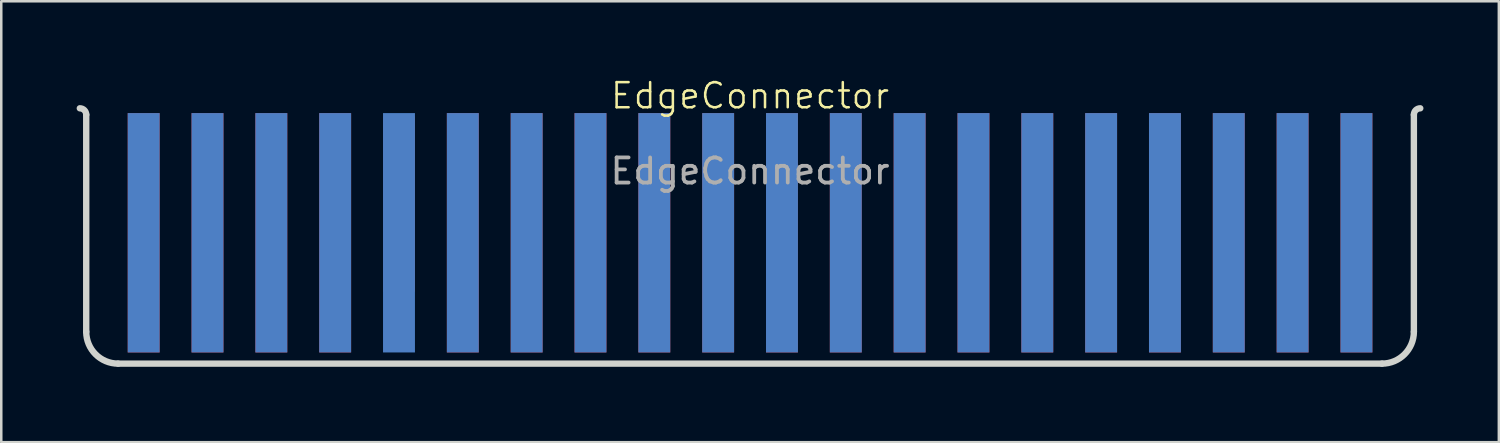
<source format=kicad_pcb>
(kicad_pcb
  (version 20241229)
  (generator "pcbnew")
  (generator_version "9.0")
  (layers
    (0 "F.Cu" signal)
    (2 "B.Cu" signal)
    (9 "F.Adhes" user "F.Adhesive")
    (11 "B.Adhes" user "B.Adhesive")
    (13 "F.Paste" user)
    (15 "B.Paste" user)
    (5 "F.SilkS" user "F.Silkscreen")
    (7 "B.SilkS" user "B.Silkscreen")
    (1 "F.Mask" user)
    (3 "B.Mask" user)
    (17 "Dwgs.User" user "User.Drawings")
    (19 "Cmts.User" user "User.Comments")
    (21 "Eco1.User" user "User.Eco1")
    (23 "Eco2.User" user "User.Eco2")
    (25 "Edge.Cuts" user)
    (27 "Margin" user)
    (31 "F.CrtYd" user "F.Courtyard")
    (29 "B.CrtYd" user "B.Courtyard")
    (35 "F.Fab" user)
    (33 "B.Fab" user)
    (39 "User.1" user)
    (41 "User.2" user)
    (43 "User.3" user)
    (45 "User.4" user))
  (footprint "EdgeConnector"
    (layer "F.Cu")
    (at 26.797 1.26)
    (property "Reference" "EdgeConnector" (at 0 -0.5 0) (unlocked yes) (layer "F.SilkS") (effects (font (size 1 1) (thickness 0.1))))
    (fp_line (start -26.416 0.254) (end -26.416 8.89) (stroke (width 0.254) (type solid)) (layer "Edge.Cuts"))
    (fp_line (start -25.146 10.16) (end 25.146 10.16) (stroke (width 0.254) (type solid)) (layer "Edge.Cuts"))
    (fp_line (start 26.416 8.89) (end 26.416 0.254) (stroke (width 0.254) (type solid)) (layer "Edge.Cuts"))
    (fp_arc (start -26.67 0) (mid -26.490395 0.074395) (end -26.416 0.254) (stroke (width 0.254) (type solid)) (layer "Edge.Cuts"))
    (fp_arc (start -25.146 10.16) (mid -26.044026 9.788026) (end -26.416 8.89) (stroke (width 0.254) (type solid)) (layer "Edge.Cuts"))
    (fp_arc (start 26.416 0.254) (mid 26.490395 0.074395) (end 26.67 0) (stroke (width 0.254) (type solid)) (layer "Edge.Cuts"))
    (fp_arc (start 26.416 8.89) (mid 26.044026 9.788026) (end 25.146 10.16) (stroke (width 0.254) (type solid)) (layer "Edge.Cuts"))
    (fp_text user "${REFERENCE}" (at 0 2.5 0) (unlocked yes) (layer "F.Fab") (effects (font (size 1 1) (thickness 0.15))))
    (pad "1" smd rect (at -24.13 4.953) (size 1.27 9.525) (layers "F.Cu" "F.Mask"))
    (pad "2" smd rect (at -24.13 4.953) (size 1.27 9.525) (layers "B.Cu" "B.Mask"))
    (pad "3" smd rect (at -21.59 4.953) (size 1.27 9.525) (layers "F.Cu" "F.Mask"))
    (pad "4" smd rect (at -21.59 4.953) (size 1.27 9.525) (layers "B.Cu" "B.Mask"))
    (pad "5" smd rect (at -19.05 4.953) (size 1.27 9.525) (layers "F.Cu" "F.Mask"))
    (pad "6" smd rect (at -19.05 4.953) (size 1.27 9.525) (layers "B.Cu" "B.Mask"))
    (pad "7" smd rect (at -16.51 4.953) (size 1.27 9.525) (layers "F.Cu" "F.Mask"))
    (pad "8" smd rect (at -16.51 4.953) (size 1.27 9.525) (layers "B.Cu" "B.Mask"))
    (pad "9" smd rect (at -13.97 3.81) (size 1.27 6.985) (layers "F.Cu" "F.Mask"))
    (pad "10" smd rect (at -13.97 4.953) (size 1.27 9.525) (layers "B.Cu" "B.Mask"))
    (pad "11" smd rect (at -11.43 4.953) (size 1.27 9.525) (layers "F.Cu" "F.Mask"))
    (pad "12" smd rect (at -11.43 4.953) (size 1.27 9.525) (layers "B.Cu" "B.Mask"))
    (pad "13" smd rect (at -8.89 4.953) (size 1.27 9.525) (layers "F.Cu" "F.Mask"))
    (pad "14" smd rect (at -8.89 4.953) (size 1.27 9.525) (layers "B.Cu" "B.Mask"))
    (pad "15" smd rect (at -6.35 4.953) (size 1.27 9.525) (layers "F.Cu" "F.Mask"))
    (pad "16" smd rect (at -6.35 4.953) (size 1.27 9.525) (layers "B.Cu" "B.Mask"))
    (pad "17" smd rect (at -3.81 4.953) (size 1.27 9.525) (layers "F.Cu" "F.Mask"))
    (pad "18" smd rect (at -3.81 4.953) (size 1.27 9.525) (layers "B.Cu" "B.Mask"))
    (pad "19" smd rect (at -1.27 4.953) (size 1.27 9.525) (layers "F.Cu" "F.Mask"))
    (pad "20" smd rect (at -1.27 4.953) (size 1.27 9.525) (layers "B.Cu" "B.Mask"))
    (pad "21" smd rect (at 1.27 4.953) (size 1.27 9.525) (layers "F.Cu" "F.Mask"))
    (pad "22" smd rect (at 1.27 4.953) (size 1.27 9.525) (layers "B.Cu" "B.Mask"))
    (pad "23" smd rect (at 3.81 4.953) (size 1.27 9.525) (layers "F.Cu" "F.Mask"))
    (pad "24" smd rect (at 3.81 4.953) (size 1.27 9.525) (layers "B.Cu" "B.Mask"))
    (pad "25" smd rect (at 6.35 4.953) (size 1.27 9.525) (layers "F.Cu" "F.Mask"))
    (pad "26" smd rect (at 6.35 4.953) (size 1.27 9.525) (layers "B.Cu" "B.Mask"))
    (pad "27" smd rect (at 8.89 4.953) (size 1.27 9.525) (layers "F.Cu" "F.Mask"))
    (pad "28" smd rect (at 8.89 4.953) (size 1.27 9.525) (layers "B.Cu" "B.Mask"))
    (pad "29" smd rect (at 11.43 4.953) (size 1.27 9.525) (layers "F.Cu" "F.Mask"))
    (pad "30" smd rect (at 11.43 4.953) (size 1.27 9.525) (layers "B.Cu" "B.Mask"))
    (pad "31" smd rect (at 13.97 4.953) (size 1.27 9.525) (layers "F.Cu" "F.Mask"))
    (pad "32" smd rect (at 13.97 4.953) (size 1.27 9.525) (layers "B.Cu" "B.Mask"))
    (pad "33" smd rect (at 16.51 4.953) (size 1.27 9.525) (layers "F.Cu" "F.Mask"))
    (pad "34" smd rect (at 16.51 4.953) (size 1.27 9.525) (layers "B.Cu" "B.Mask"))
    (pad "35" smd rect (at 19.05 4.953) (size 1.27 9.525) (layers "F.Cu" "F.Mask"))
    (pad "36" smd rect (at 19.05 4.953) (size 1.27 9.525) (layers "B.Cu" "B.Mask"))
    (pad "37" smd rect (at 21.59 4.953) (size 1.27 9.525) (layers "F.Cu" "F.Mask"))
    (pad "38" smd rect (at 21.59 4.953) (size 1.27 9.525) (layers "B.Cu" "B.Mask"))
    (pad "39" smd rect (at 24.13 4.953) (size 1.27 9.525) (layers "F.Cu" "F.Mask"))
    (pad "40" smd rect (at 24.13 4.953) (size 1.27 9.525) (layers "B.Cu" "B.Mask"))
    (zone (net_name "") (layer "F.Cu") (hatch edge 0.5) (connect_pads) (min_thickness 0.25) (filled_areas_thickness no) (keepout (tracks not_allowed) (vias not_allowed) (pads not_allowed) (copperpour not_allowed) (footprints allowed)) (placement (enabled no)) (fill) (polygon (pts (xy 0.127 11.421) (xy 2.032 11.421) (xy 2.032 1.26) (xy 0.127 1.26))))
    (zone (net_name "") (layer "F.Cu") (hatch edge 0.5) (connect_pads) (min_thickness 0.25) (filled_areas_thickness no) (keepout (tracks not_allowed) (vias not_allowed) (pads not_allowed) (copperpour not_allowed) (footprints allowed)) (placement (enabled no)) (fill) (polygon (pts (xy 3.302 11.421) (xy 4.572 11.421) (xy 4.572 1.26) (xy 3.302 1.26))))
    (zone (net_name "") (layer "F.Cu") (hatch edge 0.5) (connect_pads) (min_thickness 0.25) (filled_areas_thickness no) (keepout (tracks not_allowed) (vias not_allowed) (pads not_allowed) (copperpour not_allowed) (footprints allowed)) (placement (enabled no)) (fill) (polygon (pts (xy 5.842 11.421) (xy 7.112 11.421) (xy 7.112 1.26) (xy 5.842 1.26))))
    (zone (net_name "") (layer "F.Cu") (hatch edge 0.5) (connect_pads) (min_thickness 0.25) (filled_areas_thickness no) (keepout (tracks not_allowed) (vias not_allowed) (pads not_allowed) (copperpour not_allowed) (footprints allowed)) (placement (enabled no)) (fill) (polygon (pts (xy 8.382 11.421) (xy 9.652 11.421) (xy 9.652 1.26) (xy 8.382 1.26))))
    (zone (net_name "") (layer "F.Cu") (hatch edge 0.5) (connect_pads) (min_thickness 0.25) (filled_areas_thickness no) (keepout (tracks not_allowed) (vias not_allowed) (pads not_allowed) (copperpour not_allowed) (footprints allowed)) (placement (enabled no)) (fill) (polygon (pts (xy 10.922 11.421) (xy 12.192 11.421) (xy 12.192 1.26) (xy 10.922 1.26))))
    (zone (net_name "") (layer "F.Cu") (hatch edge 0.5) (connect_pads) (min_thickness 0.25) (filled_areas_thickness no) (keepout (tracks not_allowed) (vias not_allowed) (pads not_allowed) (copperpour not_allowed) (footprints allowed)) (placement (enabled no)) (fill) (polygon (pts (xy 13.462 11.421) (xy 14.732 11.421) (xy 14.732 1.26) (xy 13.462 1.26))))
    (zone (net_name "") (layer "F.Cu") (hatch edge 0.5) (connect_pads) (min_thickness 0.25) (filled_areas_thickness no) (keepout (tracks not_allowed) (vias not_allowed) (pads not_allowed) (copperpour not_allowed) (footprints allowed)) (placement (enabled no)) (fill) (polygon (pts (xy 16.002 11.421) (xy 17.272 11.421) (xy 17.272 1.26) (xy 16.002 1.26))))
    (zone (net_name "") (layer "F.Cu") (hatch edge 0.5) (connect_pads) (min_thickness 0.25) (filled_areas_thickness no) (keepout (tracks not_allowed) (vias not_allowed) (pads not_allowed) (copperpour not_allowed) (footprints allowed)) (placement (enabled no)) (fill) (polygon (pts (xy 18.542 11.421) (xy 19.812 11.421) (xy 19.812 1.26) (xy 18.542 1.26))))
    (zone (net_name "") (layer "F.Cu") (hatch edge 0.5) (connect_pads) (min_thickness 0.25) (filled_areas_thickness no) (keepout (tracks not_allowed) (vias not_allowed) (pads not_allowed) (copperpour not_allowed) (footprints allowed)) (placement (enabled no)) (fill) (polygon (pts (xy 21.082 11.421) (xy 22.352 11.421) (xy 22.352 1.26) (xy 21.082 1.26))))
    (zone (net_name "") (layer "F.Cu") (hatch edge 0.5) (connect_pads) (min_thickness 0.25) (filled_areas_thickness no) (keepout (tracks not_allowed) (vias not_allowed) (pads not_allowed) (copperpour not_allowed) (footprints allowed)) (placement (enabled no)) (fill) (polygon (pts (xy 23.622 11.421) (xy 24.892 11.421) (xy 24.892 1.26) (xy 23.622 1.26))))
    (zone (net_name "") (layer "F.Cu") (hatch edge 0.5) (connect_pads) (min_thickness 0.25) (filled_areas_thickness no) (keepout (tracks not_allowed) (vias not_allowed) (pads not_allowed) (copperpour not_allowed) (footprints allowed)) (placement (enabled no)) (fill) (polygon (pts (xy 26.162 11.421) (xy 27.432 11.421) (xy 27.432 1.26) (xy 26.162 1.26))))
    (zone (net_name "") (layer "F.Cu") (hatch edge 0.5) (connect_pads) (min_thickness 0.25) (filled_areas_thickness no) (keepout (tracks not_allowed) (vias not_allowed) (pads not_allowed) (copperpour not_allowed) (footprints allowed)) (placement (enabled no)) (fill) (polygon (pts (xy 28.702 11.421) (xy 29.972 11.421) (xy 29.972 1.26) (xy 28.702 1.26))))
    (zone (net_name "") (layer "F.Cu") (hatch edge 0.5) (connect_pads) (min_thickness 0.25) (filled_areas_thickness no) (keepout (tracks not_allowed) (vias not_allowed) (pads not_allowed) (copperpour not_allowed) (footprints allowed)) (placement (enabled no)) (fill) (polygon (pts (xy 31.242 11.421) (xy 32.512 11.421) (xy 32.512 1.26) (xy 31.242 1.26))))
    (zone (net_name "") (layer "F.Cu") (hatch edge 0.5) (connect_pads) (min_thickness 0.25) (filled_areas_thickness no) (keepout (tracks not_allowed) (vias not_allowed) (pads not_allowed) (copperpour not_allowed) (footprints allowed)) (placement (enabled no)) (fill) (polygon (pts (xy 33.782 11.421) (xy 35.052 11.421) (xy 35.052 1.26) (xy 33.782 1.26))))
    (zone (net_name "") (layer "F.Cu") (hatch edge 0.5) (connect_pads) (min_thickness 0.25) (filled_areas_thickness no) (keepout (tracks not_allowed) (vias not_allowed) (pads not_allowed) (copperpour not_allowed) (footprints allowed)) (placement (enabled no)) (fill) (polygon (pts (xy 36.322 11.421) (xy 37.592 11.421) (xy 37.592 1.26) (xy 36.322 1.26))))
    (zone (net_name "") (layer "F.Cu") (hatch edge 0.5) (connect_pads) (min_thickness 0.25) (filled_areas_thickness no) (keepout (tracks not_allowed) (vias not_allowed) (pads not_allowed) (copperpour not_allowed) (footprints allowed)) (placement (enabled no)) (fill) (polygon (pts (xy 38.862 11.421) (xy 40.132 11.421) (xy 40.132 1.26) (xy 38.862 1.26))))
    (zone (net_name "") (layer "F.Cu") (hatch edge 0.5) (connect_pads) (min_thickness 0.25) (filled_areas_thickness no) (keepout (tracks not_allowed) (vias not_allowed) (pads not_allowed) (copperpour not_allowed) (footprints allowed)) (placement (enabled no)) (fill) (polygon (pts (xy 41.402 11.421) (xy 42.672 11.421) (xy 42.672 1.26) (xy 41.402 1.26))))
    (zone (net_name "") (layer "F.Cu") (hatch edge 0.5) (connect_pads) (min_thickness 0.25) (filled_areas_thickness no) (keepout (tracks not_allowed) (vias not_allowed) (pads not_allowed) (copperpour not_allowed) (footprints allowed)) (placement (enabled no)) (fill) (polygon (pts (xy 43.942 11.421) (xy 45.212 11.421) (xy 45.212 1.26) (xy 43.942 1.26))))
    (zone (net_name "") (layer "F.Cu") (hatch edge 0.5) (connect_pads) (min_thickness 0.25) (filled_areas_thickness no) (keepout (tracks not_allowed) (vias not_allowed) (pads not_allowed) (copperpour not_allowed) (footprints allowed)) (placement (enabled no)) (fill) (polygon (pts (xy 46.482 11.421) (xy 47.752 11.421) (xy 47.752 1.26) (xy 46.482 1.26))))
    (zone (net_name "") (layer "F.Cu") (hatch edge 0.5) (connect_pads) (min_thickness 0.25) (filled_areas_thickness no) (keepout (tracks not_allowed) (vias not_allowed) (pads not_allowed) (copperpour not_allowed) (footprints allowed)) (placement (enabled no)) (fill) (polygon (pts (xy 49.022 11.421) (xy 50.292 11.421) (xy 50.292 1.26) (xy 49.022 1.26))))
    (zone (net_name "") (layer "F.Cu") (hatch edge 0.5) (connect_pads) (min_thickness 0.25) (filled_areas_thickness no) (keepout (tracks not_allowed) (vias not_allowed) (pads not_allowed) (copperpour not_allowed) (footprints allowed)) (placement (enabled no)) (fill) (polygon (pts (xy 51.562 11.421) (xy 53.467 11.421) (xy 53.467 1.26) (xy 51.562 1.26))))
    (zone (net_name "") (layer "B.Cu") (hatch edge 0.5) (connect_pads) (min_thickness 0.25) (filled_areas_thickness no) (keepout (tracks not_allowed) (vias not_allowed) (pads not_allowed) (copperpour not_allowed) (footprints allowed)) (placement (enabled no)) (fill) (polygon (pts (xy 0.127 11.421) (xy 2.032 11.421) (xy 2.032 1.26) (xy 0.127 1.26))))
    (zone (net_name "") (layer "B.Cu") (hatch edge 0.5) (connect_pads) (min_thickness 0.25) (filled_areas_thickness no) (keepout (tracks not_allowed) (vias not_allowed) (pads not_allowed) (copperpour not_allowed) (footprints allowed)) (placement (enabled no)) (fill) (polygon (pts (xy 3.302 11.421) (xy 4.572 11.421) (xy 4.572 1.26) (xy 3.302 1.26))))
    (zone (net_name "") (layer "B.Cu") (hatch edge 0.5) (connect_pads) (min_thickness 0.25) (filled_areas_thickness no) (keepout (tracks not_allowed) (vias not_allowed) (pads not_allowed) (copperpour not_allowed) (footprints allowed)) (placement (enabled no)) (fill) (polygon (pts (xy 5.842 11.421) (xy 7.112 11.421) (xy 7.112 1.26) (xy 5.842 1.26))))
    (zone (net_name "") (layer "B.Cu") (hatch edge 0.5) (connect_pads) (min_thickness 0.25) (filled_areas_thickness no) (keepout (tracks not_allowed) (vias not_allowed) (pads not_allowed) (copperpour not_allowed) (footprints allowed)) (placement (enabled no)) (fill) (polygon (pts (xy 8.382 11.421) (xy 9.652 11.421) (xy 9.652 1.26) (xy 8.382 1.26))))
    (zone (net_name "") (layer "B.Cu") (hatch edge 0.5) (connect_pads) (min_thickness 0.25) (filled_areas_thickness no) (keepout (tracks not_allowed) (vias not_allowed) (pads not_allowed) (copperpour not_allowed) (footprints allowed)) (placement (enabled no)) (fill) (polygon (pts (xy 10.922 11.421) (xy 12.192 11.421) (xy 12.192 1.26) (xy 10.922 1.26))))
    (zone (net_name "") (layer "B.Cu") (hatch edge 0.5) (connect_pads) (min_thickness 0.25) (filled_areas_thickness no) (keepout (tracks not_allowed) (vias not_allowed) (pads not_allowed) (copperpour not_allowed) (footprints allowed)) (placement (enabled no)) (fill) (polygon (pts (xy 13.462 11.421) (xy 14.732 11.421) (xy 14.732 1.26) (xy 13.462 1.26))))
    (zone (net_name "") (layer "B.Cu") (hatch edge 0.5) (connect_pads) (min_thickness 0.25) (filled_areas_thickness no) (keepout (tracks not_allowed) (vias not_allowed) (pads not_allowed) (copperpour not_allowed) (footprints allowed)) (placement (enabled no)) (fill) (polygon (pts (xy 16.002 11.421) (xy 17.272 11.421) (xy 17.272 1.26) (xy 16.002 1.26))))
    (zone (net_name "") (layer "B.Cu") (hatch edge 0.5) (connect_pads) (min_thickness 0.25) (filled_areas_thickness no) (keepout (tracks not_allowed) (vias not_allowed) (pads not_allowed) (copperpour not_allowed) (footprints allowed)) (placement (enabled no)) (fill) (polygon (pts (xy 18.542 11.421) (xy 19.812 11.421) (xy 19.812 1.26) (xy 18.542 1.26))))
    (zone (net_name "") (layer "B.Cu") (hatch edge 0.5) (connect_pads) (min_thickness 0.25) (filled_areas_thickness no) (keepout (tracks not_allowed) (vias not_allowed) (pads not_allowed) (copperpour not_allowed) (footprints allowed)) (placement (enabled no)) (fill) (polygon (pts (xy 21.082 11.421) (xy 22.352 11.421) (xy 22.352 1.26) (xy 21.082 1.26))))
    (zone (net_name "") (layer "B.Cu") (hatch edge 0.5) (connect_pads) (min_thickness 0.25) (filled_areas_thickness no) (keepout (tracks not_allowed) (vias not_allowed) (pads not_allowed) (copperpour not_allowed) (footprints allowed)) (placement (enabled no)) (fill) (polygon (pts (xy 23.622 11.421) (xy 24.892 11.421) (xy 24.892 1.26) (xy 23.622 1.26))))
    (zone (net_name "") (layer "B.Cu") (hatch edge 0.5) (connect_pads) (min_thickness 0.25) (filled_areas_thickness no) (keepout (tracks not_allowed) (vias not_allowed) (pads not_allowed) (copperpour not_allowed) (footprints allowed)) (placement (enabled no)) (fill) (polygon (pts (xy 26.162 11.421) (xy 27.432 11.421) (xy 27.432 1.26) (xy 26.162 1.26))))
    (zone (net_name "") (layer "B.Cu") (hatch edge 0.5) (connect_pads) (min_thickness 0.25) (filled_areas_thickness no) (keepout (tracks not_allowed) (vias not_allowed) (pads not_allowed) (copperpour not_allowed) (footprints allowed)) (placement (enabled no)) (fill) (polygon (pts (xy 28.702 11.421) (xy 29.972 11.421) (xy 29.972 1.26) (xy 28.702 1.26))))
    (zone (net_name "") (layer "B.Cu") (hatch edge 0.5) (connect_pads) (min_thickness 0.25) (filled_areas_thickness no) (keepout (tracks not_allowed) (vias not_allowed) (pads not_allowed) (copperpour not_allowed) (footprints allowed)) (placement (enabled no)) (fill) (polygon (pts (xy 31.242 11.421) (xy 32.512 11.421) (xy 32.512 1.26) (xy 31.242 1.26))))
    (zone (net_name "") (layer "B.Cu") (hatch edge 0.5) (connect_pads) (min_thickness 0.25) (filled_areas_thickness no) (keepout (tracks not_allowed) (vias not_allowed) (pads not_allowed) (copperpour not_allowed) (footprints allowed)) (placement (enabled no)) (fill) (polygon (pts (xy 33.782 11.421) (xy 35.052 11.421) (xy 35.052 1.26) (xy 33.782 1.26))))
    (zone (net_name "") (layer "B.Cu") (hatch edge 0.5) (connect_pads) (min_thickness 0.25) (filled_areas_thickness no) (keepout (tracks not_allowed) (vias not_allowed) (pads not_allowed) (copperpour not_allowed) (footprints allowed)) (placement (enabled no)) (fill) (polygon (pts (xy 36.322 11.421) (xy 37.592 11.421) (xy 37.592 1.26) (xy 36.322 1.26))))
    (zone (net_name "") (layer "B.Cu") (hatch edge 0.5) (connect_pads) (min_thickness 0.25) (filled_areas_thickness no) (keepout (tracks not_allowed) (vias not_allowed) (pads not_allowed) (copperpour not_allowed) (footprints allowed)) (placement (enabled no)) (fill) (polygon (pts (xy 38.862 11.421) (xy 40.132 11.421) (xy 40.132 1.26) (xy 38.862 1.26))))
    (zone (net_name "") (layer "B.Cu") (hatch edge 0.5) (connect_pads) (min_thickness 0.25) (filled_areas_thickness no) (keepout (tracks not_allowed) (vias not_allowed) (pads not_allowed) (copperpour not_allowed) (footprints allowed)) (placement (enabled no)) (fill) (polygon (pts (xy 41.402 11.421) (xy 42.672 11.421) (xy 42.672 1.26) (xy 41.402 1.26))))
    (zone (net_name "") (layer "B.Cu") (hatch edge 0.5) (connect_pads) (min_thickness 0.25) (filled_areas_thickness no) (keepout (tracks not_allowed) (vias not_allowed) (pads not_allowed) (copperpour not_allowed) (footprints allowed)) (placement (enabled no)) (fill) (polygon (pts (xy 43.942 11.421) (xy 45.212 11.421) (xy 45.212 1.26) (xy 43.942 1.26))))
    (zone (net_name "") (layer "B.Cu") (hatch edge 0.5) (connect_pads) (min_thickness 0.25) (filled_areas_thickness no) (keepout (tracks not_allowed) (vias not_allowed) (pads not_allowed) (copperpour not_allowed) (footprints allowed)) (placement (enabled no)) (fill) (polygon (pts (xy 46.482 11.421) (xy 47.752 11.421) (xy 47.752 1.26) (xy 46.482 1.26))))
    (zone (net_name "") (layer "B.Cu") (hatch edge 0.5) (connect_pads) (min_thickness 0.25) (filled_areas_thickness no) (keepout (tracks not_allowed) (vias not_allowed) (pads not_allowed) (copperpour not_allowed) (footprints allowed)) (placement (enabled no)) (fill) (polygon (pts (xy 49.022 11.421) (xy 50.292 11.421) (xy 50.292 1.26) (xy 49.022 1.26))))
    (zone (net_name "") (layer "B.Cu") (hatch edge 0.5) (connect_pads) (min_thickness 0.25) (filled_areas_thickness no) (keepout (tracks not_allowed) (vias not_allowed) (pads not_allowed) (copperpour not_allowed) (footprints allowed)) (placement (enabled no)) (fill) (polygon (pts (xy 51.562 11.421) (xy 53.467 11.421) (xy 53.467 1.26) (xy 51.562 1.26)))))
  (gr_rect
    (start -3 -3)
    (end 56.594 14.547)
    (stroke (width 0.1) (type default))
    (fill no)
    (layer "Edge.Cuts")))
</source>
